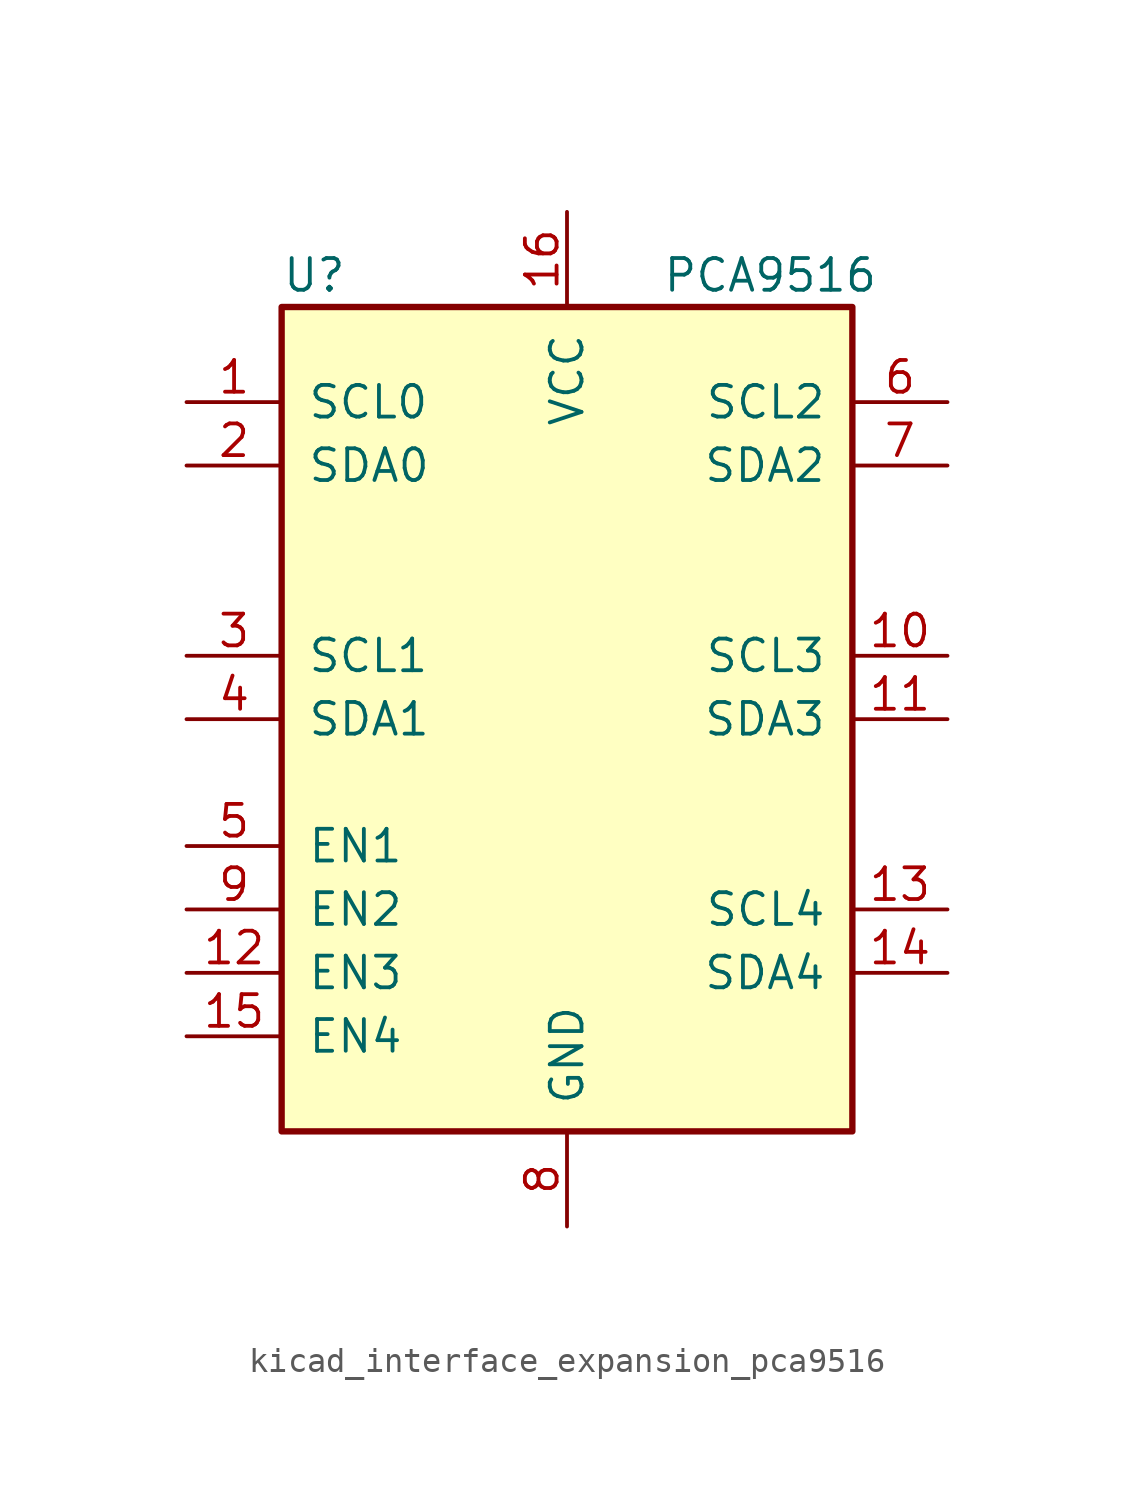
<source format=kicad_sym>
(kicad_symbol_lib
  (version 20220914)
  (generator kicad_symbol_editor)
  (symbol "kicad_interface_expansion_pca9516"
    (pin_names
      (offset 1.016))
    (property "Reference" "U"
      (at -11.43 17.78 0)
      (effects (font (size 1.27 1.27)) (justify left)))
    (property "Value" "PCA9516"
      (at 3.81 17.78 0)
      (effects (font (size 1.27 1.27)) (justify left)))
    (symbol "kicad_interface_expansion_pca9516_0_1"
      (rectangle (start -11.43 16.51) (end 11.43 -16.51) (stroke (width 0.254) (type default)) (fill (type background))))
    (symbol "kicad_interface_expansion_pca9516_1_1"
      (pin bidirectional line (at -15.24 12.7 0) (length 3.81) (name "SCL0" (effects (font (size 1.27 1.27)))) (number "1" (effects (font (size 1.27 1.27)))))
      (pin bidirectional line (at 15.24 2.54 180) (length 3.81) (name "SCL3" (effects (font (size 1.27 1.27)))) (number "10" (effects (font (size 1.27 1.27)))))
      (pin bidirectional line (at 15.24 0 180) (length 3.81) (name "SDA3" (effects (font (size 1.27 1.27)))) (number "11" (effects (font (size 1.27 1.27)))))
      (pin input line (at -15.24 -10.16 0) (length 3.81) (name "EN3" (effects (font (size 1.27 1.27)))) (number "12" (effects (font (size 1.27 1.27)))))
      (pin bidirectional line (at 15.24 -7.62 180) (length 3.81) (name "SCL4" (effects (font (size 1.27 1.27)))) (number "13" (effects (font (size 1.27 1.27)))))
      (pin bidirectional line (at 15.24 -10.16 180) (length 3.81) (name "SDA4" (effects (font (size 1.27 1.27)))) (number "14" (effects (font (size 1.27 1.27)))))
      (pin input line (at -15.24 -12.7 0) (length 3.81) (name "EN4" (effects (font (size 1.27 1.27)))) (number "15" (effects (font (size 1.27 1.27)))))
      (pin power_in line (at 0 20.32 270) (length 3.81) (name "VCC" (effects (font (size 1.27 1.27)))) (number "16" (effects (font (size 1.27 1.27)))))
      (pin bidirectional line (at -15.24 10.16 0) (length 3.81) (name "SDA0" (effects (font (size 1.27 1.27)))) (number "2" (effects (font (size 1.27 1.27)))))
      (pin bidirectional line (at -15.24 2.54 0) (length 3.81) (name "SCL1" (effects (font (size 1.27 1.27)))) (number "3" (effects (font (size 1.27 1.27)))))
      (pin bidirectional line (at -15.24 0 0) (length 3.81) (name "SDA1" (effects (font (size 1.27 1.27)))) (number "4" (effects (font (size 1.27 1.27)))))
      (pin input line (at -15.24 -5.08 0) (length 3.81) (name "EN1" (effects (font (size 1.27 1.27)))) (number "5" (effects (font (size 1.27 1.27)))))
      (pin bidirectional line (at 15.24 12.7 180) (length 3.81) (name "SCL2" (effects (font (size 1.27 1.27)))) (number "6" (effects (font (size 1.27 1.27)))))
      (pin bidirectional line (at 15.24 10.16 180) (length 3.81) (name "SDA2" (effects (font (size 1.27 1.27)))) (number "7" (effects (font (size 1.27 1.27)))))
      (pin power_in line (at 0 -20.32 90) (length 3.81) (name "GND" (effects (font (size 1.27 1.27)))) (number "8" (effects (font (size 1.27 1.27)))))
      (pin input line (at -15.24 -7.62 0) (length 3.81) (name "EN2" (effects (font (size 1.27 1.27)))) (number "9" (effects (font (size 1.27 1.27))))))))
</source>
